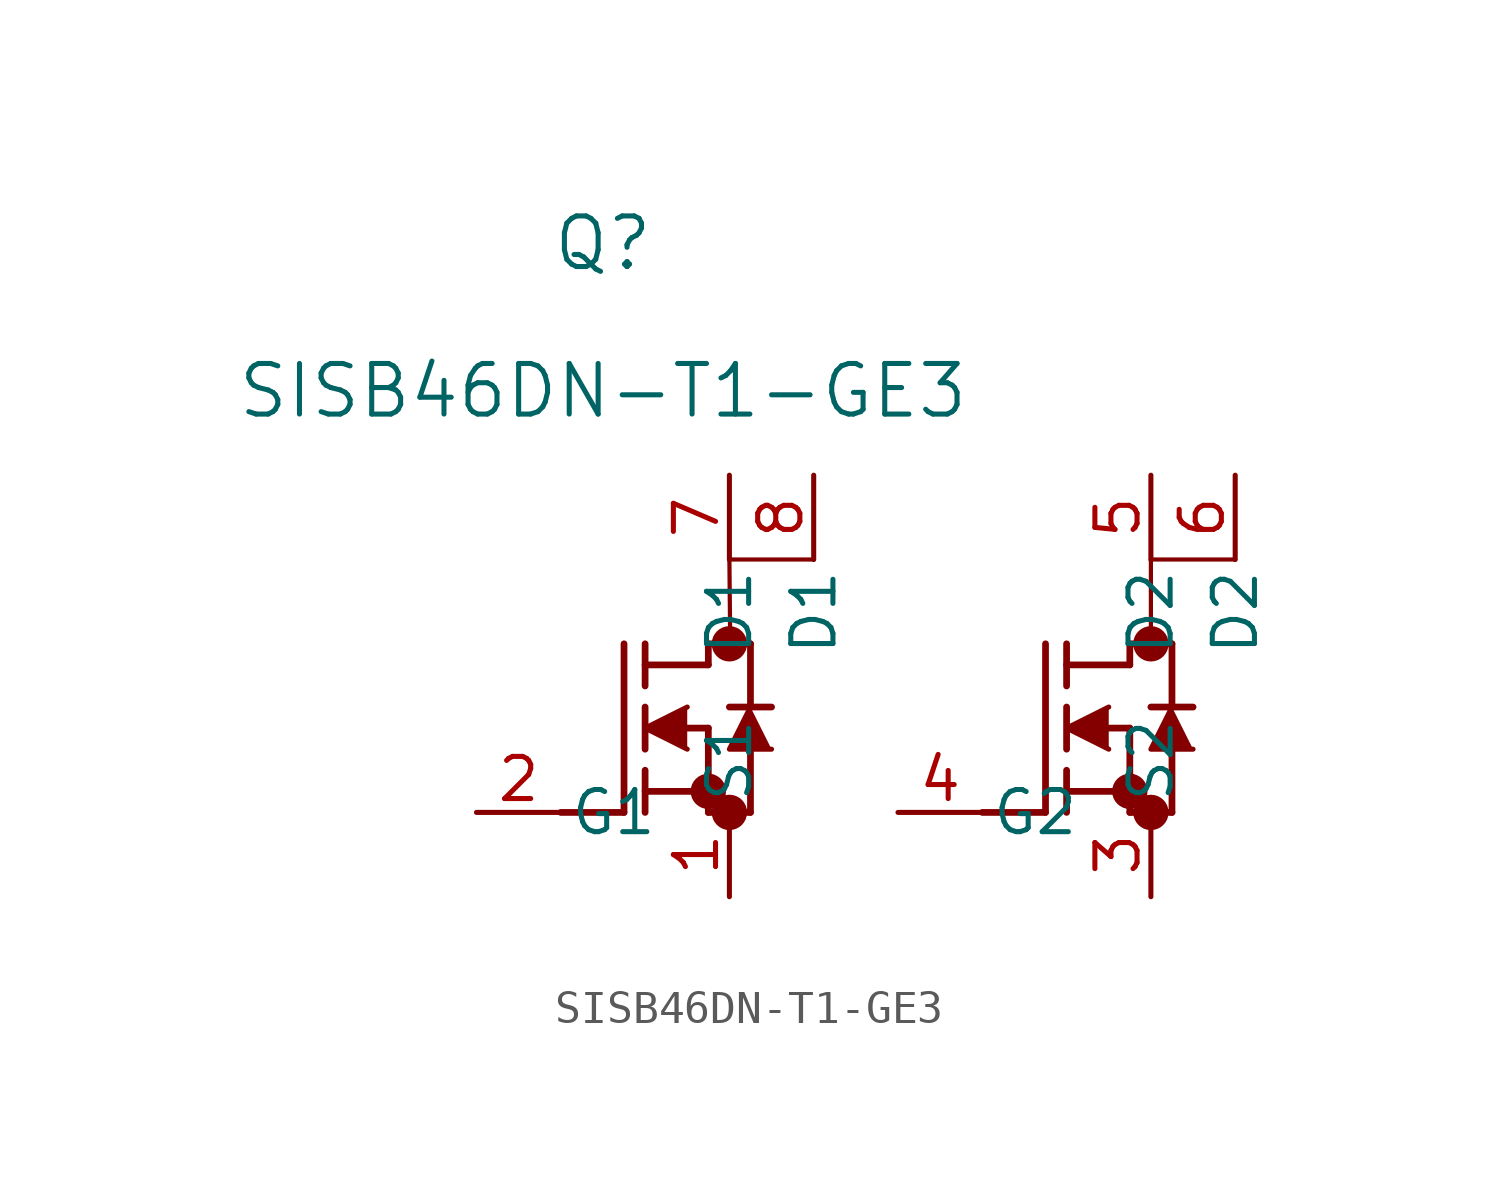
<source format=kicad_sym>
(kicad_symbol_lib
  (version 20211014)
  (generator kicad_symbol_editor)
  (symbol "SISB46DN-T1-GE3"
    (pin_names
      (offset 0.254))
    (property "Reference" "Q"
      (at 3.81 17.145 0)
      (effects (font (size 1.524 1.524))))
    (property "Value" "SISB46DN-T1-GE3"
      (at 3.81 12.7 0)
      (effects (font (size 1.524 1.524))))
    (symbol "SISB46DN-T1-GE3_0_1"
      (circle (center 7.62 5.08) (radius 0.025) (stroke (width 0.508) (type default) (color 0 0 0 0)) (fill (type none)))
      (circle (center 7.62 0) (radius 0.025) (stroke (width 0.508) (type default) (color 0 0 0 0)) (fill (type none)))
      (circle (center 6.985 0.635) (radius 0.025) (stroke (width 0.508) (type default) (color 0 0 0 0)) (fill (type none)))
      (polyline (pts (xy 15.24 0) (xy 17.145 0)) (stroke (width 0.203) (type default) (color 0 0 0 0)) (fill (type none)))
      (polyline (pts (xy 4.445 0) (xy 4.445 5.08)) (stroke (width 0.203) (type default) (color 0 0 0 0)) (fill (type none)))
      (polyline (pts (xy 5.08 1.905) (xy 5.08 3.175)) (stroke (width 0.203) (type default) (color 0 0 0 0)) (fill (type none)))
      (polyline (pts (xy 5.08 0) (xy 5.08 1.27)) (stroke (width 0.203) (type default) (color 0 0 0 0)) (fill (type none)))
      (polyline (pts (xy 5.08 3.81) (xy 5.08 5.08)) (stroke (width 0.203) (type default) (color 0 0 0 0)) (fill (type none)))
      (polyline (pts (xy 6.35 2.54) (xy 6.985 2.54)) (stroke (width 0.203) (type default) (color 0 0 0 0)) (fill (type none)))
      (polyline (pts (xy 5.08 0.635) (xy 6.985 0.635)) (stroke (width 0.203) (type default) (color 0 0 0 0)) (fill (type none)))
      (polyline (pts (xy 6.985 0) (xy 6.985 2.54)) (stroke (width 0.203) (type default) (color 0 0 0 0)) (fill (type none)))
      (polyline (pts (xy 6.985 0) (xy 8.255 0)) (stroke (width 0.203) (type default) (color 0 0 0 0)) (fill (type none)))
      (polyline (pts (xy 5.08 4.445) (xy 6.985 4.445)) (stroke (width 0.203) (type default) (color 0 0 0 0)) (fill (type none)))
      (polyline (pts (xy 8.255 3.175) (xy 8.255 5.08)) (stroke (width 0.203) (type default) (color 0 0 0 0)) (fill (type none)))
      (polyline (pts (xy 6.35 3.175) (xy 5.08 2.54) (xy 6.35 1.905)) (stroke (width 0) (type default) (color 0 0 0 0)) (fill (type outline)))
      (polyline (pts (xy 8.89 1.905) (xy 7.62 1.905) (xy 8.255 3.175)) (stroke (width 0) (type default) (color 0 0 0 0)) (fill (type outline)))
      (polyline (pts (xy 8.255 0) (xy 8.255 1.905)) (stroke (width 0.203) (type default) (color 0 0 0 0)) (fill (type none)))
      (polyline (pts (xy 8.89 3.175) (xy 7.62 3.175)) (stroke (width 0.203) (type default) (color 0 0 0 0)) (fill (type none)))
      (polyline (pts (xy 6.985 5.08) (xy 8.255 5.08)) (stroke (width 0.203) (type default) (color 0 0 0 0)) (fill (type none)))
      (polyline (pts (xy 6.985 4.445) (xy 6.985 5.08)) (stroke (width 0.203) (type default) (color 0 0 0 0)) (fill (type none)))
      (polyline (pts (xy 2.54 0) (xy 4.445 0)) (stroke (width 0.203) (type default) (color 0 0 0 0)) (fill (type none)))
      (circle (center 20.32 5.08) (radius 0.025) (stroke (width 0.508) (type default) (color 0 0 0 0)) (fill (type none)))
      (circle (center 20.32 0) (radius 0.025) (stroke (width 0.508) (type default) (color 0 0 0 0)) (fill (type none)))
      (circle (center 19.685 0.635) (radius 0.025) (stroke (width 0.508) (type default) (color 0 0 0 0)) (fill (type none)))
      (polyline (pts (xy 17.145 0) (xy 17.145 5.08)) (stroke (width 0.203) (type default) (color 0 0 0 0)) (fill (type none)))
      (polyline (pts (xy 17.78 1.905) (xy 17.78 3.175)) (stroke (width 0.203) (type default) (color 0 0 0 0)) (fill (type none)))
      (polyline (pts (xy 17.78 0) (xy 17.78 1.27)) (stroke (width 0.203) (type default) (color 0 0 0 0)) (fill (type none)))
      (polyline (pts (xy 17.78 3.81) (xy 17.78 5.08)) (stroke (width 0.203) (type default) (color 0 0 0 0)) (fill (type none)))
      (polyline (pts (xy 19.05 2.54) (xy 19.685 2.54)) (stroke (width 0.203) (type default) (color 0 0 0 0)) (fill (type none)))
      (polyline (pts (xy 17.78 0.635) (xy 19.685 0.635)) (stroke (width 0.203) (type default) (color 0 0 0 0)) (fill (type none)))
      (polyline (pts (xy 19.685 0) (xy 19.685 2.54)) (stroke (width 0.203) (type default) (color 0 0 0 0)) (fill (type none)))
      (polyline (pts (xy 19.685 0) (xy 20.955 0)) (stroke (width 0.203) (type default) (color 0 0 0 0)) (fill (type none)))
      (polyline (pts (xy 17.78 4.445) (xy 19.685 4.445)) (stroke (width 0.203) (type default) (color 0 0 0 0)) (fill (type none)))
      (polyline (pts (xy 20.955 3.175) (xy 20.955 5.08)) (stroke (width 0.203) (type default) (color 0 0 0 0)) (fill (type none)))
      (polyline (pts (xy 20.955 0) (xy 20.955 1.905)) (stroke (width 0.203) (type default) (color 0 0 0 0)) (fill (type none)))
      (polyline (pts (xy 21.59 3.175) (xy 20.32 3.175)) (stroke (width 0.203) (type default) (color 0 0 0 0)) (fill (type none)))
      (polyline (pts (xy 19.685 5.08) (xy 20.955 5.08)) (stroke (width 0.203) (type default) (color 0 0 0 0)) (fill (type none)))
      (polyline (pts (xy 19.685 4.445) (xy 19.685 5.08)) (stroke (width 0.203) (type default) (color 0 0 0 0)) (fill (type none)))
      (polyline (pts (xy 19.05 3.175) (xy 17.78 2.54) (xy 19.05 1.905)) (stroke (width 0) (type default) (color 0 0 0 0)) (fill (type outline)))
      (polyline (pts (xy 21.59 1.905) (xy 20.32 1.905) (xy 20.955 3.175)) (stroke (width 0) (type default) (color 0 0 0 0)) (fill (type outline)))
      (polyline (pts (xy 7.62 7.62) (xy 10.16 7.62)) (stroke (width 0.127) (type default) (color 0 0 0 0)) (fill (type none)))
      (polyline (pts (xy 7.62 7.62) (xy 7.645 5.08)) (stroke (width 0.127) (type default) (color 0 0 0 0)) (fill (type none)))
      (polyline (pts (xy 20.32 7.62) (xy 22.86 7.62)) (stroke (width 0.127) (type default) (color 0 0 0 0)) (fill (type none)))
      (polyline (pts (xy 20.32 7.62) (xy 20.32 5.08)) (stroke (width 0.127) (type default) (color 0 0 0 0)) (fill (type none)))
      (pin bidirectional line (at 7.62 -2.54 90) (length 2.54) (name "S1" (effects (font (size 1.27 1.27)))) (number "1" (effects (font (size 1.27 1.27)))))
      (pin bidirectional line (at 0 0 0) (length 2.54) (name "G1" (effects (font (size 1.27 1.27)))) (number "2" (effects (font (size 1.27 1.27)))))
      (pin unspecified line (at 20.32 -2.54 90) (length 2.54) (name "S2" (effects (font (size 1.27 1.27)))) (number "3" (effects (font (size 1.27 1.27)))))
      (pin bidirectional line (at 12.7 0 0) (length 2.54) (name "G2" (effects (font (size 1.27 1.27)))) (number "4" (effects (font (size 1.27 1.27)))))
      (pin bidirectional line (at 20.32 10.16 270) (length 2.54) (name "D2" (effects (font (size 1.27 1.27)))) (number "5" (effects (font (size 1.27 1.27)))))
      (pin bidirectional line (at 22.86 10.16 270) (length 2.54) (name "D2" (effects (font (size 1.27 1.27)))) (number "6" (effects (font (size 1.27 1.27)))))
      (pin bidirectional line (at 7.62 10.16 270) (length 2.54) (name "D1" (effects (font (size 1.27 1.27)))) (number "7" (effects (font (size 1.27 1.27)))))
      (pin bidirectional line (at 10.16 10.16 270) (length 2.54) (name "D1" (effects (font (size 1.27 1.27)))) (number "8" (effects (font (size 1.27 1.27))))))))
</source>
